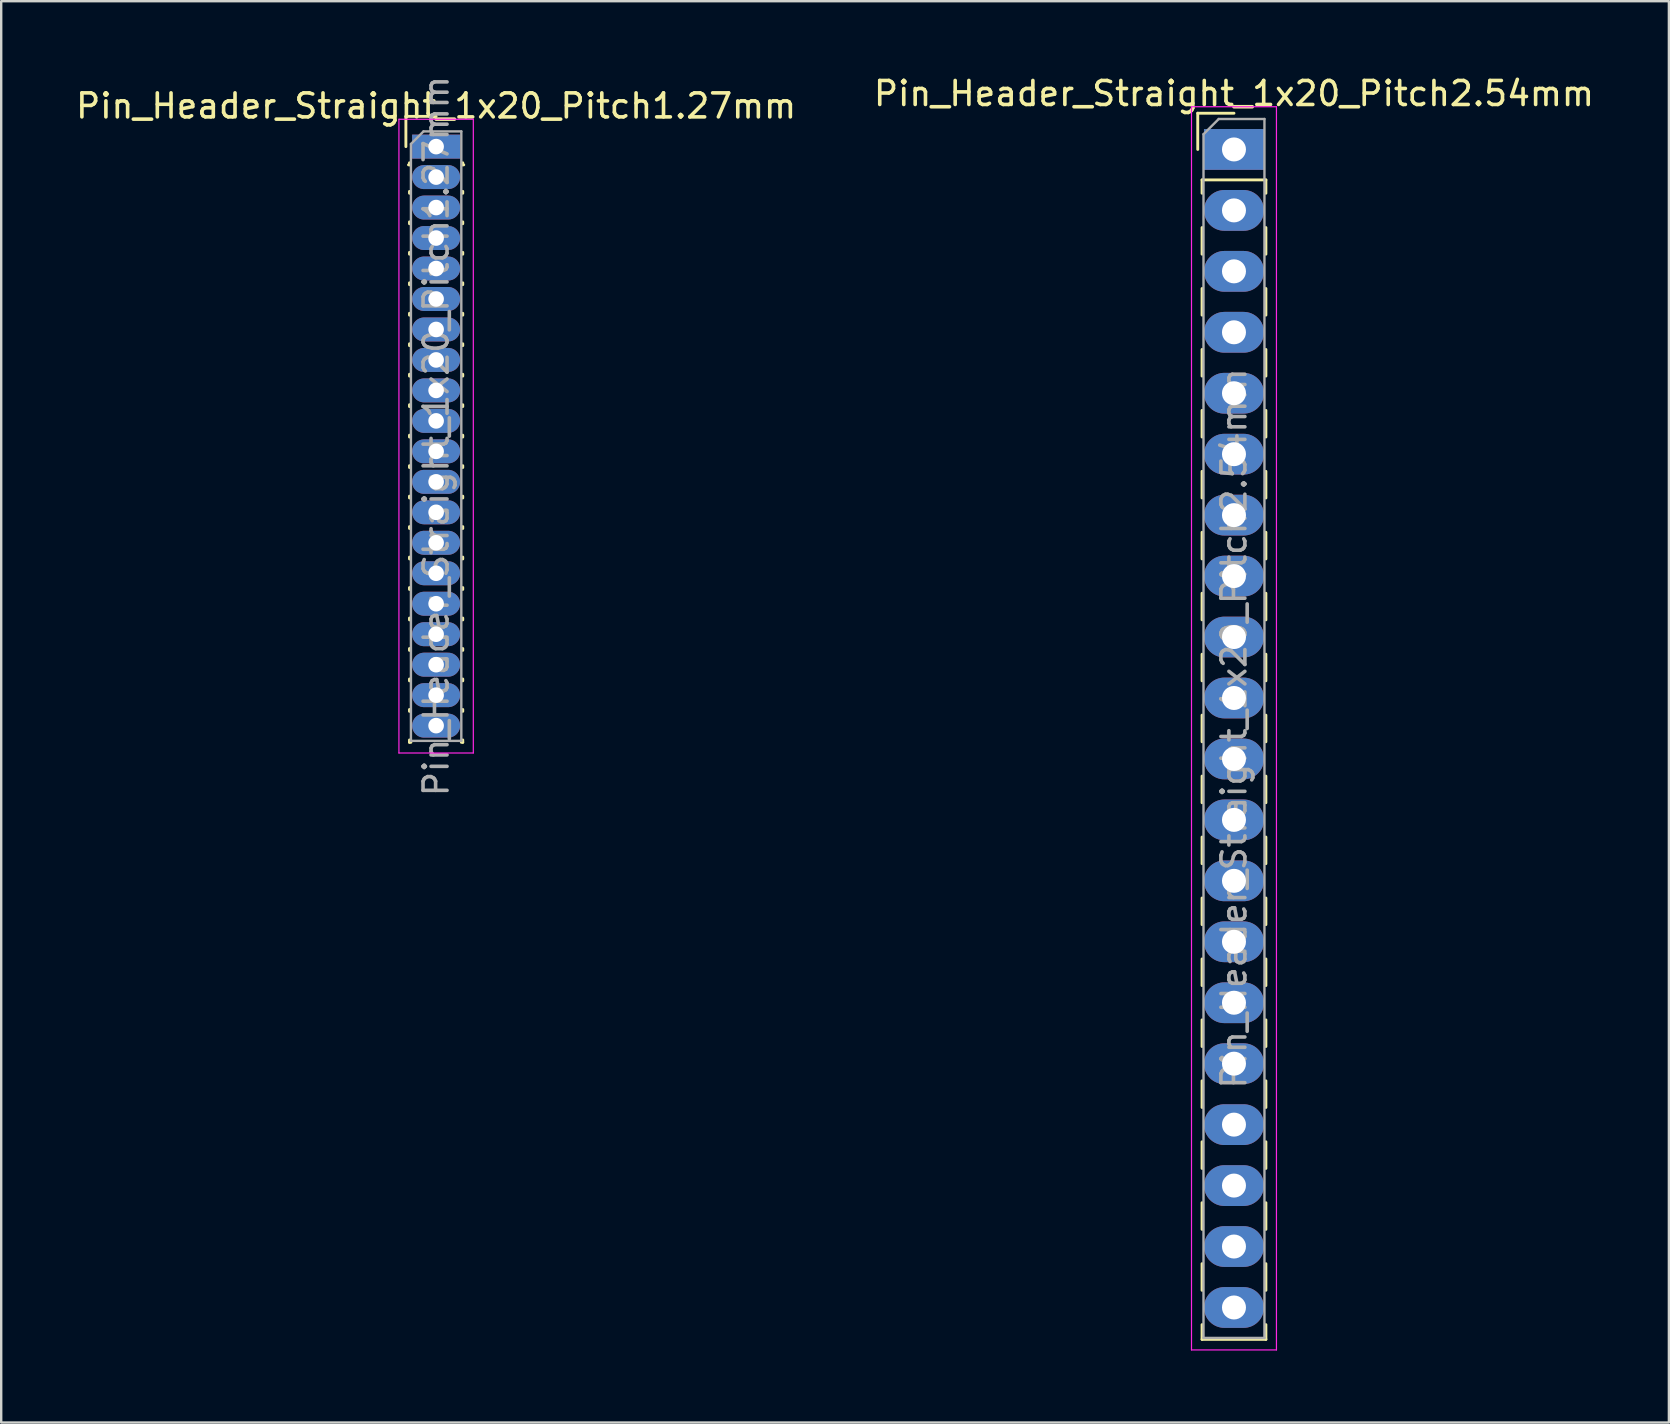
<source format=kicad_pcb>
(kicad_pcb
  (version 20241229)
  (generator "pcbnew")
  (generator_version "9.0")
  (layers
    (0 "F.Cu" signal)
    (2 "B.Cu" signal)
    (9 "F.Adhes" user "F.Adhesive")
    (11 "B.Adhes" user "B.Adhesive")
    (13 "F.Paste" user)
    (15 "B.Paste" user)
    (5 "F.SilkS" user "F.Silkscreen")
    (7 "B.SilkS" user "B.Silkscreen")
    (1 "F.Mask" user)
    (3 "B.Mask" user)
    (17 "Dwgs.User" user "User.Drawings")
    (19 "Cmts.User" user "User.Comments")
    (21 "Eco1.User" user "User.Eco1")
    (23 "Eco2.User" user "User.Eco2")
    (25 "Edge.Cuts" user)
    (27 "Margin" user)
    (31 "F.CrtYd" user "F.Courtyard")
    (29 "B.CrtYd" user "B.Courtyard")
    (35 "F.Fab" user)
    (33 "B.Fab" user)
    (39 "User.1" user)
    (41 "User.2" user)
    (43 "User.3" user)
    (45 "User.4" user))
  (footprint "Pin_Header_Straight_1x20_Pitch1.27mm"
    (layer "F.Cu")
    (at 15.125 3.06)
    (property "Reference" "Pin_Header_Straight_1x20_Pitch1.27mm" (at 0 -1.695 0) (layer "F.SilkS") (effects (font (size 1 1) (thickness 0.15))))
    (attr through_hole)
    (fp_line (start -1.26 -1.26) (end 0 -1.26) (stroke (width 0.12) (type solid)) (layer "F.SilkS"))
    (fp_line (start -1.26 0) (end -1.26 -1.26) (stroke (width 0.12) (type solid)) (layer "F.SilkS"))
    (fp_line (start -1.11 0.76) (end -1.152 0.76) (stroke (width 0.12) (type solid)) (layer "F.SilkS"))
    (fp_line (start -1.11 0.76) (end -1.11 0.674) (stroke (width 0.12) (type solid)) (layer "F.SilkS"))
    (fp_line (start -1.11 1.866) (end -1.11 1.944) (stroke (width 0.12) (type solid)) (layer "F.SilkS"))
    (fp_line (start -1.11 3.136) (end -1.11 3.214) (stroke (width 0.12) (type solid)) (layer "F.SilkS"))
    (fp_line (start -1.11 4.406) (end -1.11 4.484) (stroke (width 0.12) (type solid)) (layer "F.SilkS"))
    (fp_line (start -1.11 5.676) (end -1.11 5.754) (stroke (width 0.12) (type solid)) (layer "F.SilkS"))
    (fp_line (start -1.11 6.946) (end -1.11 7.024) (stroke (width 0.12) (type solid)) (layer "F.SilkS"))
    (fp_line (start -1.11 8.216) (end -1.11 8.294) (stroke (width 0.12) (type solid)) (layer "F.SilkS"))
    (fp_line (start -1.11 9.486) (end -1.11 9.564) (stroke (width 0.12) (type solid)) (layer "F.SilkS"))
    (fp_line (start -1.11 10.756) (end -1.11 10.834) (stroke (width 0.12) (type solid)) (layer "F.SilkS"))
    (fp_line (start -1.11 12.026) (end -1.11 12.104) (stroke (width 0.12) (type solid)) (layer "F.SilkS"))
    (fp_line (start -1.11 13.296) (end -1.11 13.374) (stroke (width 0.12) (type solid)) (layer "F.SilkS"))
    (fp_line (start -1.11 14.566) (end -1.11 14.644) (stroke (width 0.12) (type solid)) (layer "F.SilkS"))
    (fp_line (start -1.11 15.836) (end -1.11 15.914) (stroke (width 0.12) (type solid)) (layer "F.SilkS"))
    (fp_line (start -1.11 17.106) (end -1.11 17.184) (stroke (width 0.12) (type solid)) (layer "F.SilkS"))
    (fp_line (start -1.11 18.376) (end -1.11 18.454) (stroke (width 0.12) (type solid)) (layer "F.SilkS"))
    (fp_line (start -1.11 19.646) (end -1.11 19.724) (stroke (width 0.12) (type solid)) (layer "F.SilkS"))
    (fp_line (start -1.11 20.916) (end -1.11 20.994) (stroke (width 0.12) (type solid)) (layer "F.SilkS"))
    (fp_line (start -1.11 22.186) (end -1.11 22.264) (stroke (width 0.12) (type solid)) (layer "F.SilkS"))
    (fp_line (start -1.11 23.456) (end -1.11 23.534) (stroke (width 0.12) (type solid)) (layer "F.SilkS"))
    (fp_line (start -1.11 24.726) (end -1.11 24.825) (stroke (width 0.12) (type solid)) (layer "F.SilkS"))
    (fp_line (start -1.11 24.825) (end -1.051 24.825) (stroke (width 0.12) (type solid)) (layer "F.SilkS"))
    (fp_line (start 1.051 24.825) (end 1.11 24.825) (stroke (width 0.12) (type solid)) (layer "F.SilkS"))
    (fp_line (start 1.11 0.76) (end 1.11 0.674) (stroke (width 0.12) (type solid)) (layer "F.SilkS"))
    (fp_line (start 1.11 1.866) (end 1.11 1.944) (stroke (width 0.12) (type solid)) (layer "F.SilkS"))
    (fp_line (start 1.11 3.136) (end 1.11 3.214) (stroke (width 0.12) (type solid)) (layer "F.SilkS"))
    (fp_line (start 1.11 4.406) (end 1.11 4.484) (stroke (width 0.12) (type solid)) (layer "F.SilkS"))
    (fp_line (start 1.11 5.676) (end 1.11 5.754) (stroke (width 0.12) (type solid)) (layer "F.SilkS"))
    (fp_line (start 1.11 6.946) (end 1.11 7.024) (stroke (width 0.12) (type solid)) (layer "F.SilkS"))
    (fp_line (start 1.11 8.216) (end 1.11 8.294) (stroke (width 0.12) (type solid)) (layer "F.SilkS"))
    (fp_line (start 1.11 9.486) (end 1.11 9.564) (stroke (width 0.12) (type solid)) (layer "F.SilkS"))
    (fp_line (start 1.11 10.756) (end 1.11 10.834) (stroke (width 0.12) (type solid)) (layer "F.SilkS"))
    (fp_line (start 1.11 12.026) (end 1.11 12.104) (stroke (width 0.12) (type solid)) (layer "F.SilkS"))
    (fp_line (start 1.11 13.296) (end 1.11 13.374) (stroke (width 0.12) (type solid)) (layer "F.SilkS"))
    (fp_line (start 1.11 14.566) (end 1.11 14.644) (stroke (width 0.12) (type solid)) (layer "F.SilkS"))
    (fp_line (start 1.11 15.836) (end 1.11 15.914) (stroke (width 0.12) (type solid)) (layer "F.SilkS"))
    (fp_line (start 1.11 17.106) (end 1.11 17.184) (stroke (width 0.12) (type solid)) (layer "F.SilkS"))
    (fp_line (start 1.11 18.376) (end 1.11 18.454) (stroke (width 0.12) (type solid)) (layer "F.SilkS"))
    (fp_line (start 1.11 19.646) (end 1.11 19.724) (stroke (width 0.12) (type solid)) (layer "F.SilkS"))
    (fp_line (start 1.11 20.916) (end 1.11 20.994) (stroke (width 0.12) (type solid)) (layer "F.SilkS"))
    (fp_line (start 1.11 22.186) (end 1.11 22.264) (stroke (width 0.12) (type solid)) (layer "F.SilkS"))
    (fp_line (start 1.11 23.456) (end 1.11 23.534) (stroke (width 0.12) (type solid)) (layer "F.SilkS"))
    (fp_line (start 1.11 24.726) (end 1.11 24.825) (stroke (width 0.12) (type solid)) (layer "F.SilkS"))
    (fp_line (start 1.152 0.76) (end 1.11 0.76) (stroke (width 0.12) (type solid)) (layer "F.SilkS"))
    (fp_line (start -1.55 -1.14) (end -1.55 25.27) (stroke (width 0.05) (type solid)) (layer "F.CrtYd"))
    (fp_line (start -1.55 25.27) (end 1.55 25.27) (stroke (width 0.05) (type solid)) (layer "F.CrtYd"))
    (fp_line (start 1.55 -1.14) (end -1.55 -1.14) (stroke (width 0.05) (type solid)) (layer "F.CrtYd"))
    (fp_line (start 1.55 25.27) (end 1.55 -1.14) (stroke (width 0.05) (type solid)) (layer "F.CrtYd"))
    (fp_line (start -1.05 -0.11) (end -0.525 -0.635) (stroke (width 0.1) (type solid)) (layer "F.Fab"))
    (fp_line (start -1.05 24.765) (end -1.05 -0.11) (stroke (width 0.1) (type solid)) (layer "F.Fab"))
    (fp_line (start -0.525 -0.635) (end 1.05 -0.635) (stroke (width 0.1) (type solid)) (layer "F.Fab"))
    (fp_line (start 1.05 -0.635) (end 1.05 24.765) (stroke (width 0.1) (type solid)) (layer "F.Fab"))
    (fp_line (start 1.05 24.765) (end -1.05 24.765) (stroke (width 0.1) (type solid)) (layer "F.Fab"))
    (fp_text user "${REFERENCE}" (at 0 12.065 90) (layer "F.Fab") (effects (font (size 1 1) (thickness 0.15))))
    (pad "1" thru_hole rect (at 0 0) (size 2 1) (drill 0.65) (layers "*.Cu" "*.Mask"))
    (pad "2" thru_hole oval (at 0 1.27) (size 2 1) (drill 0.65) (layers "*.Cu" "*.Mask"))
    (pad "3" thru_hole oval (at 0 2.54) (size 2 1) (drill 0.65) (layers "*.Cu" "*.Mask"))
    (pad "4" thru_hole oval (at 0 3.81) (size 2 1) (drill 0.65) (layers "*.Cu" "*.Mask"))
    (pad "5" thru_hole oval (at 0 5.08) (size 2 1) (drill 0.65) (layers "*.Cu" "*.Mask"))
    (pad "6" thru_hole oval (at 0 6.35) (size 2 1) (drill 0.65) (layers "*.Cu" "*.Mask"))
    (pad "7" thru_hole oval (at 0 7.62) (size 2 1) (drill 0.65) (layers "*.Cu" "*.Mask"))
    (pad "8" thru_hole oval (at 0 8.89) (size 2 1) (drill 0.65) (layers "*.Cu" "*.Mask"))
    (pad "9" thru_hole oval (at 0 10.16) (size 2 1) (drill 0.65) (layers "*.Cu" "*.Mask"))
    (pad "10" thru_hole oval (at 0 11.43) (size 2 1) (drill 0.65) (layers "*.Cu" "*.Mask"))
    (pad "11" thru_hole oval (at 0 12.7) (size 2 1) (drill 0.65) (layers "*.Cu" "*.Mask"))
    (pad "12" thru_hole oval (at 0 13.97) (size 2 1) (drill 0.65) (layers "*.Cu" "*.Mask"))
    (pad "13" thru_hole oval (at 0 15.24) (size 2 1) (drill 0.65) (layers "*.Cu" "*.Mask"))
    (pad "14" thru_hole oval (at 0 16.51) (size 2 1) (drill 0.65) (layers "*.Cu" "*.Mask"))
    (pad "15" thru_hole oval (at 0 17.78) (size 2 1) (drill 0.65) (layers "*.Cu" "*.Mask"))
    (pad "16" thru_hole oval (at 0 19.05) (size 2 1) (drill 0.65) (layers "*.Cu" "*.Mask"))
    (pad "17" thru_hole oval (at 0 20.32) (size 2 1) (drill 0.65) (layers "*.Cu" "*.Mask"))
    (pad "18" thru_hole oval (at 0 21.59) (size 2 1) (drill 0.65) (layers "*.Cu" "*.Mask"))
    (pad "19" thru_hole oval (at 0 22.86) (size 2 1) (drill 0.65) (layers "*.Cu" "*.Mask"))
    (pad "20" thru_hole oval (at 0 24.13) (size 2 1) (drill 0.65) (layers "*.Cu" "*.Mask")))
  (footprint "Pin_Header_Straight_1x20_Pitch2.54mm"
    (layer "F.Cu")
    (at 48.375 3.178)
    (property "Reference" "Pin_Header_Straight_1x20_Pitch2.54mm" (at 0 -2.33 0) (layer "F.SilkS") (effects (font (size 1 1) (thickness 0.15))))
    (attr through_hole)
    (fp_line (start -1.51 -1.51) (end 0 -1.51) (stroke (width 0.12) (type solid)) (layer "F.SilkS"))
    (fp_line (start -1.51 0) (end -1.51 -1.51) (stroke (width 0.12) (type solid)) (layer "F.SilkS"))
    (fp_line (start -1.33 1.27) (end -1.33 1.825) (stroke (width 0.12) (type solid)) (layer "F.SilkS"))
    (fp_line (start -1.33 1.27) (end 1.33 1.27) (stroke (width 0.12) (type solid)) (layer "F.SilkS"))
    (fp_line (start -1.33 3.255) (end -1.33 4.365) (stroke (width 0.12) (type solid)) (layer "F.SilkS"))
    (fp_line (start -1.33 5.795) (end -1.33 6.905) (stroke (width 0.12) (type solid)) (layer "F.SilkS"))
    (fp_line (start -1.33 8.335) (end -1.33 9.445) (stroke (width 0.12) (type solid)) (layer "F.SilkS"))
    (fp_line (start -1.33 10.875) (end -1.33 11.985) (stroke (width 0.12) (type solid)) (layer "F.SilkS"))
    (fp_line (start -1.33 13.415) (end -1.33 14.525) (stroke (width 0.12) (type solid)) (layer "F.SilkS"))
    (fp_line (start -1.33 15.955) (end -1.33 17.065) (stroke (width 0.12) (type solid)) (layer "F.SilkS"))
    (fp_line (start -1.33 18.495) (end -1.33 19.605) (stroke (width 0.12) (type solid)) (layer "F.SilkS"))
    (fp_line (start -1.33 21.035) (end -1.33 22.145) (stroke (width 0.12) (type solid)) (layer "F.SilkS"))
    (fp_line (start -1.33 23.575) (end -1.33 24.685) (stroke (width 0.12) (type solid)) (layer "F.SilkS"))
    (fp_line (start -1.33 26.115) (end -1.33 27.225) (stroke (width 0.12) (type solid)) (layer "F.SilkS"))
    (fp_line (start -1.33 28.655) (end -1.33 29.765) (stroke (width 0.12) (type solid)) (layer "F.SilkS"))
    (fp_line (start -1.33 31.195) (end -1.33 32.305) (stroke (width 0.12) (type solid)) (layer "F.SilkS"))
    (fp_line (start -1.33 33.735) (end -1.33 34.845) (stroke (width 0.12) (type solid)) (layer "F.SilkS"))
    (fp_line (start -1.33 36.275) (end -1.33 37.385) (stroke (width 0.12) (type solid)) (layer "F.SilkS"))
    (fp_line (start -1.33 38.815) (end -1.33 39.925) (stroke (width 0.12) (type solid)) (layer "F.SilkS"))
    (fp_line (start -1.33 41.355) (end -1.33 42.465) (stroke (width 0.12) (type solid)) (layer "F.SilkS"))
    (fp_line (start -1.33 43.895) (end -1.33 45.005) (stroke (width 0.12) (type solid)) (layer "F.SilkS"))
    (fp_line (start -1.33 46.435) (end -1.33 47.545) (stroke (width 0.12) (type solid)) (layer "F.SilkS"))
    (fp_line (start -1.33 48.975) (end -1.33 49.59) (stroke (width 0.12) (type solid)) (layer "F.SilkS"))
    (fp_line (start -1.33 49.59) (end 1.33 49.59) (stroke (width 0.12) (type solid)) (layer "F.SilkS"))
    (fp_line (start 1.33 1.27) (end 1.33 1.825) (stroke (width 0.12) (type solid)) (layer "F.SilkS"))
    (fp_line (start 1.33 3.255) (end 1.33 4.365) (stroke (width 0.12) (type solid)) (layer "F.SilkS"))
    (fp_line (start 1.33 5.795) (end 1.33 6.905) (stroke (width 0.12) (type solid)) (layer "F.SilkS"))
    (fp_line (start 1.33 8.335) (end 1.33 9.445) (stroke (width 0.12) (type solid)) (layer "F.SilkS"))
    (fp_line (start 1.33 10.875) (end 1.33 11.985) (stroke (width 0.12) (type solid)) (layer "F.SilkS"))
    (fp_line (start 1.33 13.415) (end 1.33 14.525) (stroke (width 0.12) (type solid)) (layer "F.SilkS"))
    (fp_line (start 1.33 15.955) (end 1.33 17.065) (stroke (width 0.12) (type solid)) (layer "F.SilkS"))
    (fp_line (start 1.33 18.495) (end 1.33 19.605) (stroke (width 0.12) (type solid)) (layer "F.SilkS"))
    (fp_line (start 1.33 21.035) (end 1.33 22.145) (stroke (width 0.12) (type solid)) (layer "F.SilkS"))
    (fp_line (start 1.33 23.575) (end 1.33 24.685) (stroke (width 0.12) (type solid)) (layer "F.SilkS"))
    (fp_line (start 1.33 26.115) (end 1.33 27.225) (stroke (width 0.12) (type solid)) (layer "F.SilkS"))
    (fp_line (start 1.33 28.655) (end 1.33 29.765) (stroke (width 0.12) (type solid)) (layer "F.SilkS"))
    (fp_line (start 1.33 31.195) (end 1.33 32.305) (stroke (width 0.12) (type solid)) (layer "F.SilkS"))
    (fp_line (start 1.33 33.735) (end 1.33 34.845) (stroke (width 0.12) (type solid)) (layer "F.SilkS"))
    (fp_line (start 1.33 36.275) (end 1.33 37.385) (stroke (width 0.12) (type solid)) (layer "F.SilkS"))
    (fp_line (start 1.33 38.815) (end 1.33 39.925) (stroke (width 0.12) (type solid)) (layer "F.SilkS"))
    (fp_line (start 1.33 41.355) (end 1.33 42.465) (stroke (width 0.12) (type solid)) (layer "F.SilkS"))
    (fp_line (start 1.33 43.895) (end 1.33 45.005) (stroke (width 0.12) (type solid)) (layer "F.SilkS"))
    (fp_line (start 1.33 46.435) (end 1.33 47.545) (stroke (width 0.12) (type solid)) (layer "F.SilkS"))
    (fp_line (start 1.33 48.975) (end 1.33 49.59) (stroke (width 0.12) (type solid)) (layer "F.SilkS"))
    (fp_line (start -1.77 -1.78) (end -1.77 50.03) (stroke (width 0.05) (type solid)) (layer "F.CrtYd"))
    (fp_line (start -1.77 50.03) (end 1.77 50.03) (stroke (width 0.05) (type solid)) (layer "F.CrtYd"))
    (fp_line (start 1.77 -1.78) (end -1.77 -1.78) (stroke (width 0.05) (type solid)) (layer "F.CrtYd"))
    (fp_line (start 1.77 50.03) (end 1.77 -1.78) (stroke (width 0.05) (type solid)) (layer "F.CrtYd"))
    (fp_line (start -1.27 -0.635) (end -0.635 -1.27) (stroke (width 0.1) (type solid)) (layer "F.Fab"))
    (fp_line (start -1.27 49.53) (end -1.27 -0.635) (stroke (width 0.1) (type solid)) (layer "F.Fab"))
    (fp_line (start -0.635 -1.27) (end 1.27 -1.27) (stroke (width 0.1) (type solid)) (layer "F.Fab"))
    (fp_line (start 1.27 -1.27) (end 1.27 49.53) (stroke (width 0.1) (type solid)) (layer "F.Fab"))
    (fp_line (start 1.27 49.53) (end -1.27 49.53) (stroke (width 0.1) (type solid)) (layer "F.Fab"))
    (fp_text user "${REFERENCE}" (at 0 24.13 90) (layer "F.Fab") (effects (font (size 1 1) (thickness 0.15))))
    (pad "1" thru_hole rect (at 0 0) (size 2.5 1.7) (drill 1) (layers "*.Cu" "*.Mask"))
    (pad "2" thru_hole oval (at 0 2.54) (size 2.5 1.7) (drill 1) (layers "*.Cu" "*.Mask"))
    (pad "3" thru_hole oval (at 0 5.08) (size 2.5 1.7) (drill 1) (layers "*.Cu" "*.Mask"))
    (pad "4" thru_hole oval (at 0 7.62) (size 2.5 1.7) (drill 1) (layers "*.Cu" "*.Mask"))
    (pad "5" thru_hole oval (at 0 10.16) (size 2.5 1.7) (drill 1) (layers "*.Cu" "*.Mask"))
    (pad "6" thru_hole oval (at 0 12.7) (size 2.5 1.7) (drill 1) (layers "*.Cu" "*.Mask"))
    (pad "7" thru_hole oval (at 0 15.24) (size 2.5 1.7) (drill 1) (layers "*.Cu" "*.Mask"))
    (pad "8" thru_hole oval (at 0 17.78) (size 2.5 1.7) (drill 1) (layers "*.Cu" "*.Mask"))
    (pad "9" thru_hole oval (at 0 20.32) (size 2.5 1.7) (drill 1) (layers "*.Cu" "*.Mask"))
    (pad "10" thru_hole oval (at 0 22.86) (size 2.5 1.7) (drill 1) (layers "*.Cu" "*.Mask"))
    (pad "11" thru_hole oval (at 0 25.4) (size 2.5 1.7) (drill 1) (layers "*.Cu" "*.Mask"))
    (pad "12" thru_hole oval (at 0 27.94) (size 2.5 1.7) (drill 1) (layers "*.Cu" "*.Mask"))
    (pad "13" thru_hole oval (at 0 30.48) (size 2.5 1.7) (drill 1) (layers "*.Cu" "*.Mask"))
    (pad "14" thru_hole oval (at 0 33.02) (size 2.5 1.7) (drill 1) (layers "*.Cu" "*.Mask"))
    (pad "15" thru_hole oval (at 0 35.56) (size 2.5 1.7) (drill 1) (layers "*.Cu" "*.Mask"))
    (pad "16" thru_hole oval (at 0 38.1) (size 2.5 1.7) (drill 1) (layers "*.Cu" "*.Mask"))
    (pad "17" thru_hole oval (at 0 40.64) (size 2.5 1.7) (drill 1) (layers "*.Cu" "*.Mask"))
    (pad "18" thru_hole oval (at 0 43.18) (size 2.5 1.7) (drill 1) (layers "*.Cu" "*.Mask"))
    (pad "19" thru_hole oval (at 0 45.72) (size 2.5 1.7) (drill 1) (layers "*.Cu" "*.Mask"))
    (pad "20" thru_hole oval (at 0 48.26) (size 2.5 1.7) (drill 1) (layers "*.Cu" "*.Mask")))
  (gr_rect
    (start -3 -3)
    (end 66.5 56.233)
    (stroke (width 0.1) (type default))
    (fill no)
    (layer "Edge.Cuts")))
</source>
